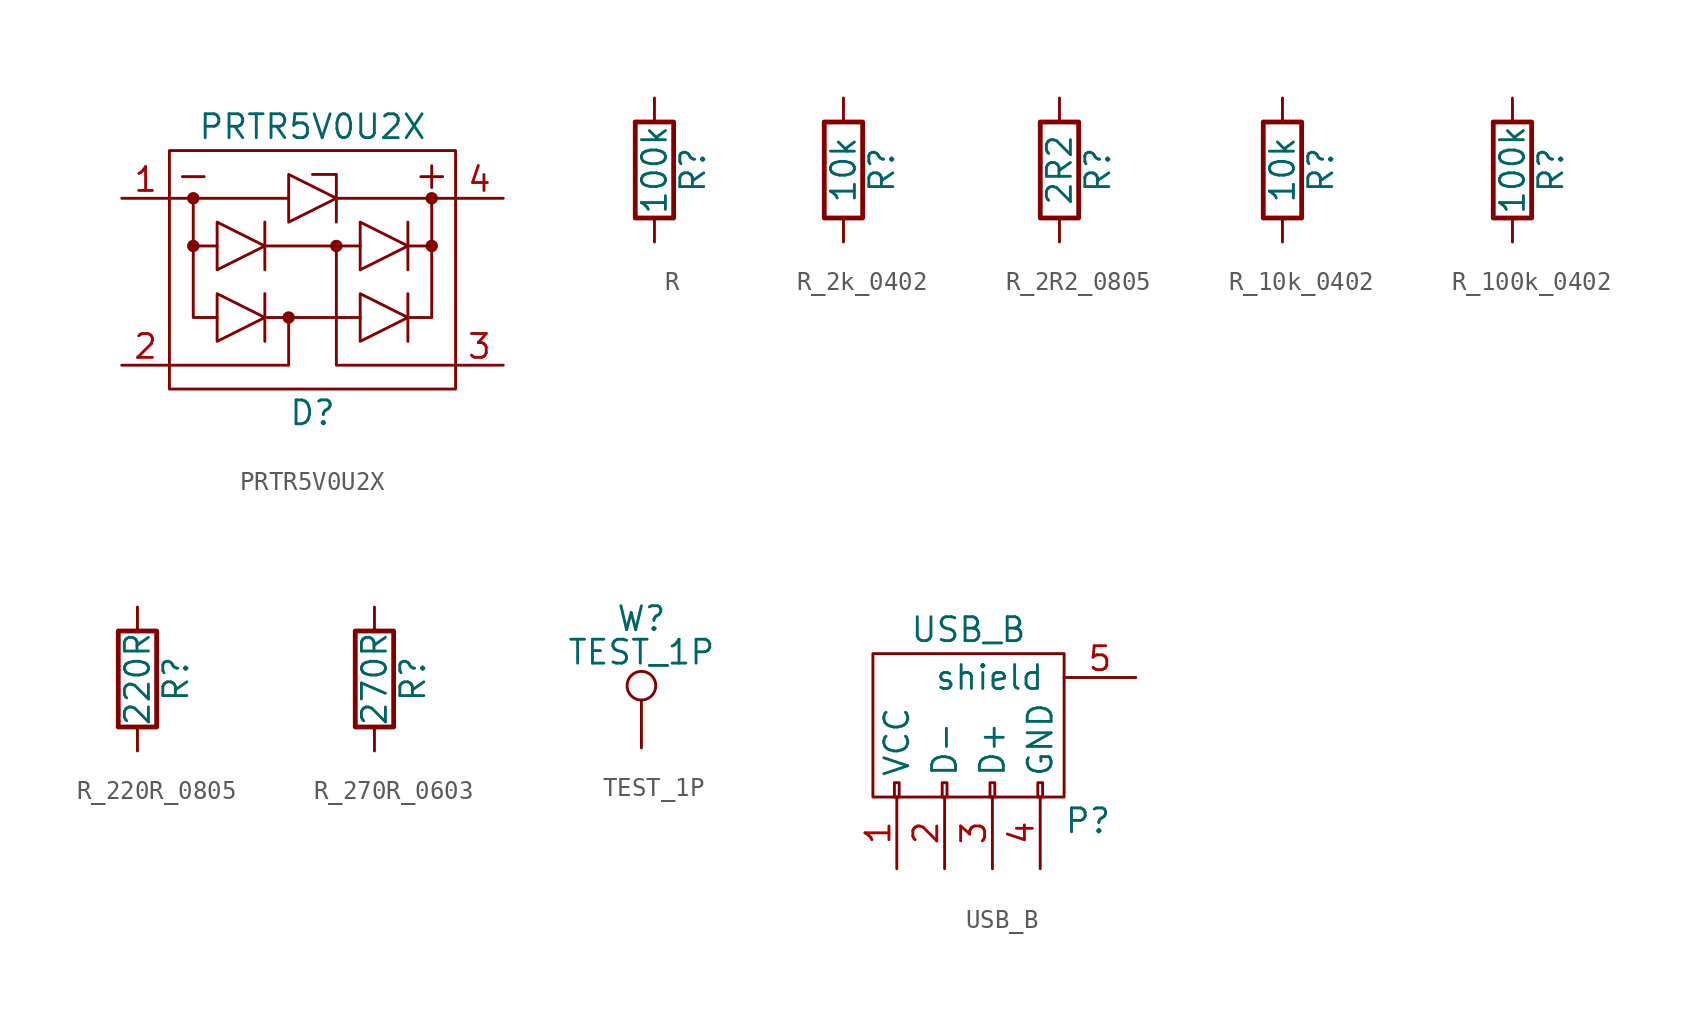
<source format=kicad_sym>
(kicad_symbol_lib
  (version 20231120)
  (generator "kicad_symbol_editor")
  (generator_version "8.0")
  (symbol "PRTR5V0U2X"
    (pin_names
      (offset 1.27))
    (property "Reference" "D"
      (at 0 -7.62 0)
      (effects (font (size 1.27 1.27))))
    (property "Value" "PRTR5V0U2X"
      (at 0 7.62 0)
      (effects (font (size 1.27 1.27))))
    (symbol "PRTR5V0U2X_0_0"
      (text "+" (at 6.35 5.08 0) (effects (font (size 1.524 1.524))))
      (text "-" (at -6.35 5.08 0) (effects (font (size 1.524 1.524)))))
    (symbol "PRTR5V0U2X_0_1"
      (rectangle (start -7.62 6.35) (end 7.62 -6.35) (stroke (width 0) (type solid)) (fill (type none)))
      (circle (center -6.35 1.27) (radius 0.254) (stroke (width 0) (type solid)) (fill (type outline)))
      (circle (center -6.35 3.81) (radius 0.254) (stroke (width 0) (type solid)) (fill (type outline)))
      (circle (center -1.27 -2.54) (radius 0.254) (stroke (width 0) (type solid)) (fill (type outline)))
      (polyline (pts (xy -6.35 1.27) (xy -6.35 3.81)) (stroke (width 0) (type solid)) (fill (type none)))
      (polyline (pts (xy -6.35 1.27) (xy -5.08 1.27)) (stroke (width 0) (type solid)) (fill (type none)))
      (polyline (pts (xy -2.54 -2.54) (xy 2.54 -2.54)) (stroke (width 0) (type solid)) (fill (type none)))
      (polyline (pts (xy -2.54 -1.27) (xy -2.54 -3.81)) (stroke (width 0) (type solid)) (fill (type none)))
      (polyline (pts (xy -2.54 1.27) (xy 2.54 1.27)) (stroke (width 0) (type solid)) (fill (type none)))
      (polyline (pts (xy -2.54 2.54) (xy -2.54 0)) (stroke (width 0) (type solid)) (fill (type none)))
      (polyline (pts (xy -1.27 3.81) (xy -7.62 3.81)) (stroke (width 0) (type solid)) (fill (type none)))
      (polyline (pts (xy 1.27 3.81) (xy 7.62 3.81)) (stroke (width 0) (type solid)) (fill (type outline)))
      (polyline (pts (xy 5.08 -1.27) (xy 5.08 -3.81)) (stroke (width 0) (type solid)) (fill (type none)))
      (polyline (pts (xy 5.08 1.27) (xy 6.35 1.27)) (stroke (width 0) (type solid)) (fill (type none)))
      (polyline (pts (xy 5.08 2.54) (xy 5.08 0)) (stroke (width 0) (type solid)) (fill (type none)))
      (polyline (pts (xy 6.35 1.27) (xy 6.35 3.81)) (stroke (width 0) (type solid)) (fill (type none)))
      (polyline (pts (xy -7.62 -5.08) (xy -1.27 -5.08) (xy -1.27 -2.54)) (stroke (width 0) (type solid)) (fill (type none)))
      (polyline (pts (xy -6.35 1.27) (xy -6.35 -2.54) (xy -5.08 -2.54)) (stroke (width 0) (type solid)) (fill (type none)))
      (polyline (pts (xy 1.27 1.27) (xy 1.27 -5.08) (xy 7.62 -5.08)) (stroke (width 0) (type solid)) (fill (type none)))
      (polyline (pts (xy 1.27 2.54) (xy 1.27 5.08) (xy 0 5.08)) (stroke (width 0) (type solid)) (fill (type none)))
      (polyline (pts (xy 6.35 1.27) (xy 6.35 -2.54) (xy 5.08 -2.54)) (stroke (width 0) (type solid)) (fill (type none)))
      (polyline (pts (xy -5.08 -1.27) (xy -5.08 -3.81) (xy -2.54 -2.54) (xy -5.08 -1.27)) (stroke (width 0) (type solid)) (fill (type none)))
      (polyline (pts (xy -5.08 2.54) (xy -5.08 0) (xy -2.54 1.27) (xy -5.08 2.54)) (stroke (width 0) (type solid)) (fill (type none)))
      (polyline (pts (xy 1.27 3.81) (xy -1.27 5.08) (xy -1.27 2.54) (xy 1.27 3.81)) (stroke (width 0) (type solid)) (fill (type none)))
      (polyline (pts (xy 2.54 -1.27) (xy 5.08 -2.54) (xy 2.54 -3.81) (xy 2.54 -1.27)) (stroke (width 0) (type solid)) (fill (type none)))
      (polyline (pts (xy 2.54 2.54) (xy 5.08 1.27) (xy 2.54 0) (xy 2.54 2.54)) (stroke (width 0) (type solid)) (fill (type none)))
      (circle (center 1.27 1.27) (radius 0.254) (stroke (width 0) (type solid)) (fill (type outline)))
      (circle (center 6.35 1.27) (radius 0.254) (stroke (width 0) (type solid)) (fill (type outline)))
      (circle (center 6.35 3.81) (radius 0.254) (stroke (width 0) (type solid)) (fill (type outline))))
    (symbol "PRTR5V0U2X_1_1"
      (pin input line (at -10.16 3.81 0) (length 2.54) (name "~" (effects (font (size 1.27 1.27)))) (number "1" (effects (font (size 1.27 1.27)))))
      (pin input line (at -10.16 -5.08 0) (length 2.54) (name "~" (effects (font (size 1.27 1.27)))) (number "2" (effects (font (size 1.27 1.27)))))
      (pin input line (at 10.16 -5.08 180) (length 2.54) (name "~" (effects (font (size 1.27 1.27)))) (number "3" (effects (font (size 1.27 1.27)))))
      (pin input line (at 10.16 3.81 180) (length 2.54) (name "~" (effects (font (size 1.27 1.27)))) (number "4" (effects (font (size 1.27 1.27)))))))
  (symbol "R"
    (pin_numbers hide)
    (pin_names
      (offset 0))
    (property "Reference" "R"
      (at 2.032 0 90)
      (effects (font (size 1.27 1.27))))
    (property "Value" "100k"
      (at 0 0 90)
      (effects (font (size 1.27 1.27))))
    (symbol "R_0_1"
      (rectangle (start -1.016 -2.54) (end 1.016 2.54) (stroke (width 0.254) (type default)) (fill (type none))))
    (symbol "R_1_1"
      (pin passive line (at 0 3.81 270) (length 1.27) (name "~" (effects (font (size 1.27 1.27)))) (number "1" (effects (font (size 1.27 1.27)))))
      (pin passive line (at 0 -3.81 90) (length 1.27) (name "~" (effects (font (size 1.27 1.27)))) (number "2" (effects (font (size 1.27 1.27)))))))
  (symbol "R_2k_0402"
    (pin_numbers hide)
    (pin_names
      (offset 0))
    (property "Reference" "R"
      (at 2.032 0 90)
      (effects (font (size 1.27 1.27))))
    (property "Value" "10k"
      (at 0 0 90)
      (effects (font (size 1.27 1.27))))
    (symbol "R_2k_0402_0_1"
      (rectangle (start -1.016 -2.54) (end 1.016 2.54) (stroke (width 0.254) (type default)) (fill (type none))))
    (symbol "R_2k_0402_1_1"
      (pin passive line (at 0 3.81 270) (length 1.27) (name "~" (effects (font (size 1.27 1.27)))) (number "1" (effects (font (size 1.27 1.27)))))
      (pin passive line (at 0 -3.81 90) (length 1.27) (name "~" (effects (font (size 1.27 1.27)))) (number "2" (effects (font (size 1.27 1.27)))))))
  (symbol "R_2R2_0805"
    (pin_numbers hide)
    (pin_names
      (offset 0))
    (property "Reference" "R"
      (at 2.032 0 90)
      (effects (font (size 1.27 1.27))))
    (property "Value" "2R2"
      (at 0 0 90)
      (effects (font (size 1.27 1.27))))
    (symbol "R_2R2_0805_0_1"
      (rectangle (start -1.016 -2.54) (end 1.016 2.54) (stroke (width 0.254) (type default)) (fill (type none))))
    (symbol "R_2R2_0805_1_1"
      (pin passive line (at 0 3.81 270) (length 1.27) (name "~" (effects (font (size 1.27 1.27)))) (number "1" (effects (font (size 1.27 1.27)))))
      (pin passive line (at 0 -3.81 90) (length 1.27) (name "~" (effects (font (size 1.27 1.27)))) (number "2" (effects (font (size 1.27 1.27)))))))
  (symbol "R_10k_0402"
    (pin_numbers hide)
    (pin_names
      (offset 0))
    (property "Reference" "R"
      (at 2.032 0 90)
      (effects (font (size 1.27 1.27))))
    (property "Value" "10k"
      (at 0 0 90)
      (effects (font (size 1.27 1.27))))
    (symbol "R_10k_0402_0_1"
      (rectangle (start -1.016 -2.54) (end 1.016 2.54) (stroke (width 0.254) (type default)) (fill (type none))))
    (symbol "R_10k_0402_1_1"
      (pin passive line (at 0 3.81 270) (length 1.27) (name "~" (effects (font (size 1.27 1.27)))) (number "1" (effects (font (size 1.27 1.27)))))
      (pin passive line (at 0 -3.81 90) (length 1.27) (name "~" (effects (font (size 1.27 1.27)))) (number "2" (effects (font (size 1.27 1.27)))))))
  (symbol "R_100k_0402"
    (pin_numbers hide)
    (pin_names
      (offset 0))
    (property "Reference" "R"
      (at 2.032 0 90)
      (effects (font (size 1.27 1.27))))
    (property "Value" "100k"
      (at 0 0 90)
      (effects (font (size 1.27 1.27))))
    (symbol "R_100k_0402_0_1"
      (rectangle (start -1.016 -2.54) (end 1.016 2.54) (stroke (width 0.254) (type default)) (fill (type none))))
    (symbol "R_100k_0402_1_1"
      (pin passive line (at 0 3.81 270) (length 1.27) (name "~" (effects (font (size 1.27 1.27)))) (number "1" (effects (font (size 1.27 1.27)))))
      (pin passive line (at 0 -3.81 90) (length 1.27) (name "~" (effects (font (size 1.27 1.27)))) (number "2" (effects (font (size 1.27 1.27)))))))
  (symbol "R_220R_0805"
    (pin_numbers hide)
    (pin_names
      (offset 0))
    (property "Reference" "R"
      (at 2.032 0 90)
      (effects (font (size 1.27 1.27))))
    (property "Value" "220R"
      (at 0 0 90)
      (effects (font (size 1.27 1.27))))
    (symbol "R_220R_0805_0_1"
      (rectangle (start -1.016 -2.54) (end 1.016 2.54) (stroke (width 0.254) (type default)) (fill (type none))))
    (symbol "R_220R_0805_1_1"
      (pin passive line (at 0 3.81 270) (length 1.27) (name "~" (effects (font (size 1.27 1.27)))) (number "1" (effects (font (size 1.27 1.27)))))
      (pin passive line (at 0 -3.81 90) (length 1.27) (name "~" (effects (font (size 1.27 1.27)))) (number "2" (effects (font (size 1.27 1.27)))))))
  (symbol "R_270R_0603"
    (pin_numbers hide)
    (pin_names
      (offset 0))
    (property "Reference" "R"
      (at 2.032 0 90)
      (effects (font (size 1.27 1.27))))
    (property "Value" "270R"
      (at 0 0 90)
      (effects (font (size 1.27 1.27))))
    (symbol "R_270R_0603_0_1"
      (rectangle (start -1.016 -2.54) (end 1.016 2.54) (stroke (width 0.254) (type default)) (fill (type none))))
    (symbol "R_270R_0603_1_1"
      (pin passive line (at 0 3.81 270) (length 1.27) (name "~" (effects (font (size 1.27 1.27)))) (number "1" (effects (font (size 1.27 1.27)))))
      (pin passive line (at 0 -3.81 90) (length 1.27) (name "~" (effects (font (size 1.27 1.27)))) (number "2" (effects (font (size 1.27 1.27)))))))
  (symbol "TEST_1P"
    (pin_numbers hide)
    (pin_names
      (offset 0.762) hide)
    (property "Reference" "W"
      (at 0 6.858 0)
      (effects (font (size 1.27 1.27))))
    (property "Value" "TEST_1P"
      (at 0 5.08 0)
      (effects (font (size 1.27 1.27))))
    (property "Datasheet" ""
      (at 5.08 0 0)
      (effects (font (size 1.27 1.27))))
    (symbol "TEST_1P_0_1"
      (circle (center 0 3.302) (radius 0.762) (stroke (width 0) (type solid)) (fill (type none))))
    (symbol "TEST_1P_1_1"
      (pin passive line (at 0 0 90) (length 2.54) (name "1" (effects (font (size 1.27 1.27)))) (number "1" (effects (font (size 1.27 1.27)))))))
  (symbol "USB_B"
    (pin_names
      (offset 1.016))
    (property "Reference" "P"
      (at 5.08 -5.08 0)
      (effects (font (size 1.27 1.27))))
    (property "Value" "USB_B"
      (at -1.27 5.08 0)
      (effects (font (size 1.27 1.27))))
    (symbol "USB_B_0_1"
      (rectangle (start -6.35 -3.81) (end 3.81 3.81) (stroke (width 0) (type solid)) (fill (type none)))
      (rectangle (start -5.207 -3.81) (end -4.953 -3.048) (stroke (width 0) (type solid)) (fill (type none)))
      (rectangle (start -2.667 -3.81) (end -2.413 -3.048) (stroke (width 0) (type solid)) (fill (type none)))
      (rectangle (start -0.127 -3.81) (end 0.127 -3.048) (stroke (width 0) (type solid)) (fill (type none)))
      (rectangle (start 2.413 -3.81) (end 2.667 -3.048) (stroke (width 0) (type solid)) (fill (type none))))
    (symbol "USB_B_1_1"
      (pin power_out line (at -5.08 -7.62 90) (length 3.81) (name "VCC" (effects (font (size 1.27 1.27)))) (number "1" (effects (font (size 1.27 1.27)))))
      (pin passive line (at -2.54 -7.62 90) (length 3.81) (name "D-" (effects (font (size 1.27 1.27)))) (number "2" (effects (font (size 1.27 1.27)))))
      (pin passive line (at 0 -7.62 90) (length 3.81) (name "D+" (effects (font (size 1.27 1.27)))) (number "3" (effects (font (size 1.27 1.27)))))
      (pin power_in line (at 2.54 -7.62 90) (length 3.81) (name "GND" (effects (font (size 1.27 1.27)))) (number "4" (effects (font (size 1.27 1.27)))))
      (pin passive line (at 7.62 2.54 180) (length 3.81) (name "shield" (effects (font (size 1.27 1.27)))) (number "5" (effects (font (size 1.27 1.27))))))))
</source>
